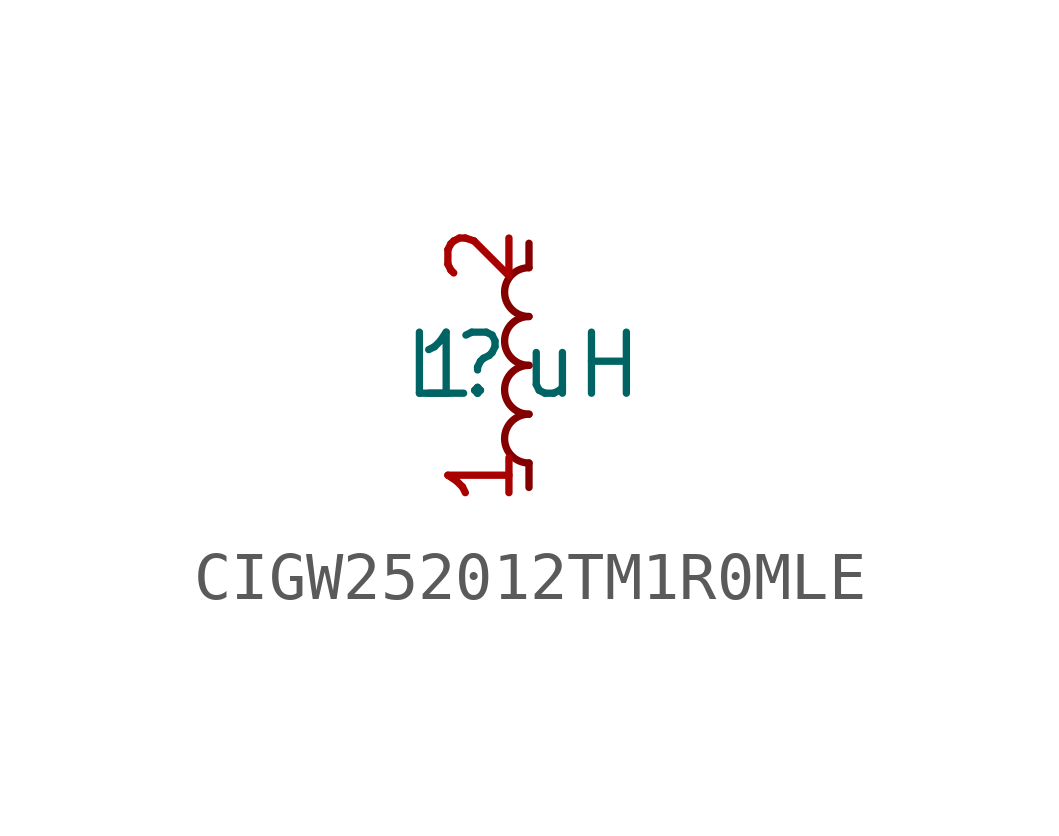
<source format=kicad_sym>
(kicad_symbol_lib
  (version 20241209)
  (generator "kicad_symbol_editor")
  (generator_version "9.0")
  (symbol "CIGW252012TM1R0MLE"
    (property "Reference" "L"
      (at -1.524 0 0)
      (effects (font (size 1.27 1.27))))
    (property "Value" "1 uH"
      (at 0 0 0)
      (effects (font (size 1.27 1.27))))
    (symbol "CIGW252012TM1R0MLE_0_1"
      (arc (start 0 1.016) (mid -0.5058 1.524) (end 0 2.032) (stroke (width 0) (type default)) (fill (type none)))
      (arc (start 0 0) (mid -0.5058 0.508) (end 0 1.016) (stroke (width 0) (type default)) (fill (type none)))
      (arc (start 0 -1.016) (mid -0.5058 -0.508) (end 0 0) (stroke (width 0) (type default)) (fill (type none)))
      (arc (start 0 -2.032) (mid -0.5058 -1.524) (end 0 -1.016) (stroke (width 0) (type default)) (fill (type none))))
    (symbol "CIGW252012TM1R0MLE_1_1"
      (pin passive line (at 0 2.54 270) (length 0.508) (name "~" (effects (font (size 1.27 1.27)))) (number "2" (effects (font (size 1.27 1.27)))))
      (pin passive line (at 0 -2.54 90) (length 0.508) (name "~" (effects (font (size 1.27 1.27)))) (number "1" (effects (font (size 1.27 1.27))))))))
</source>
